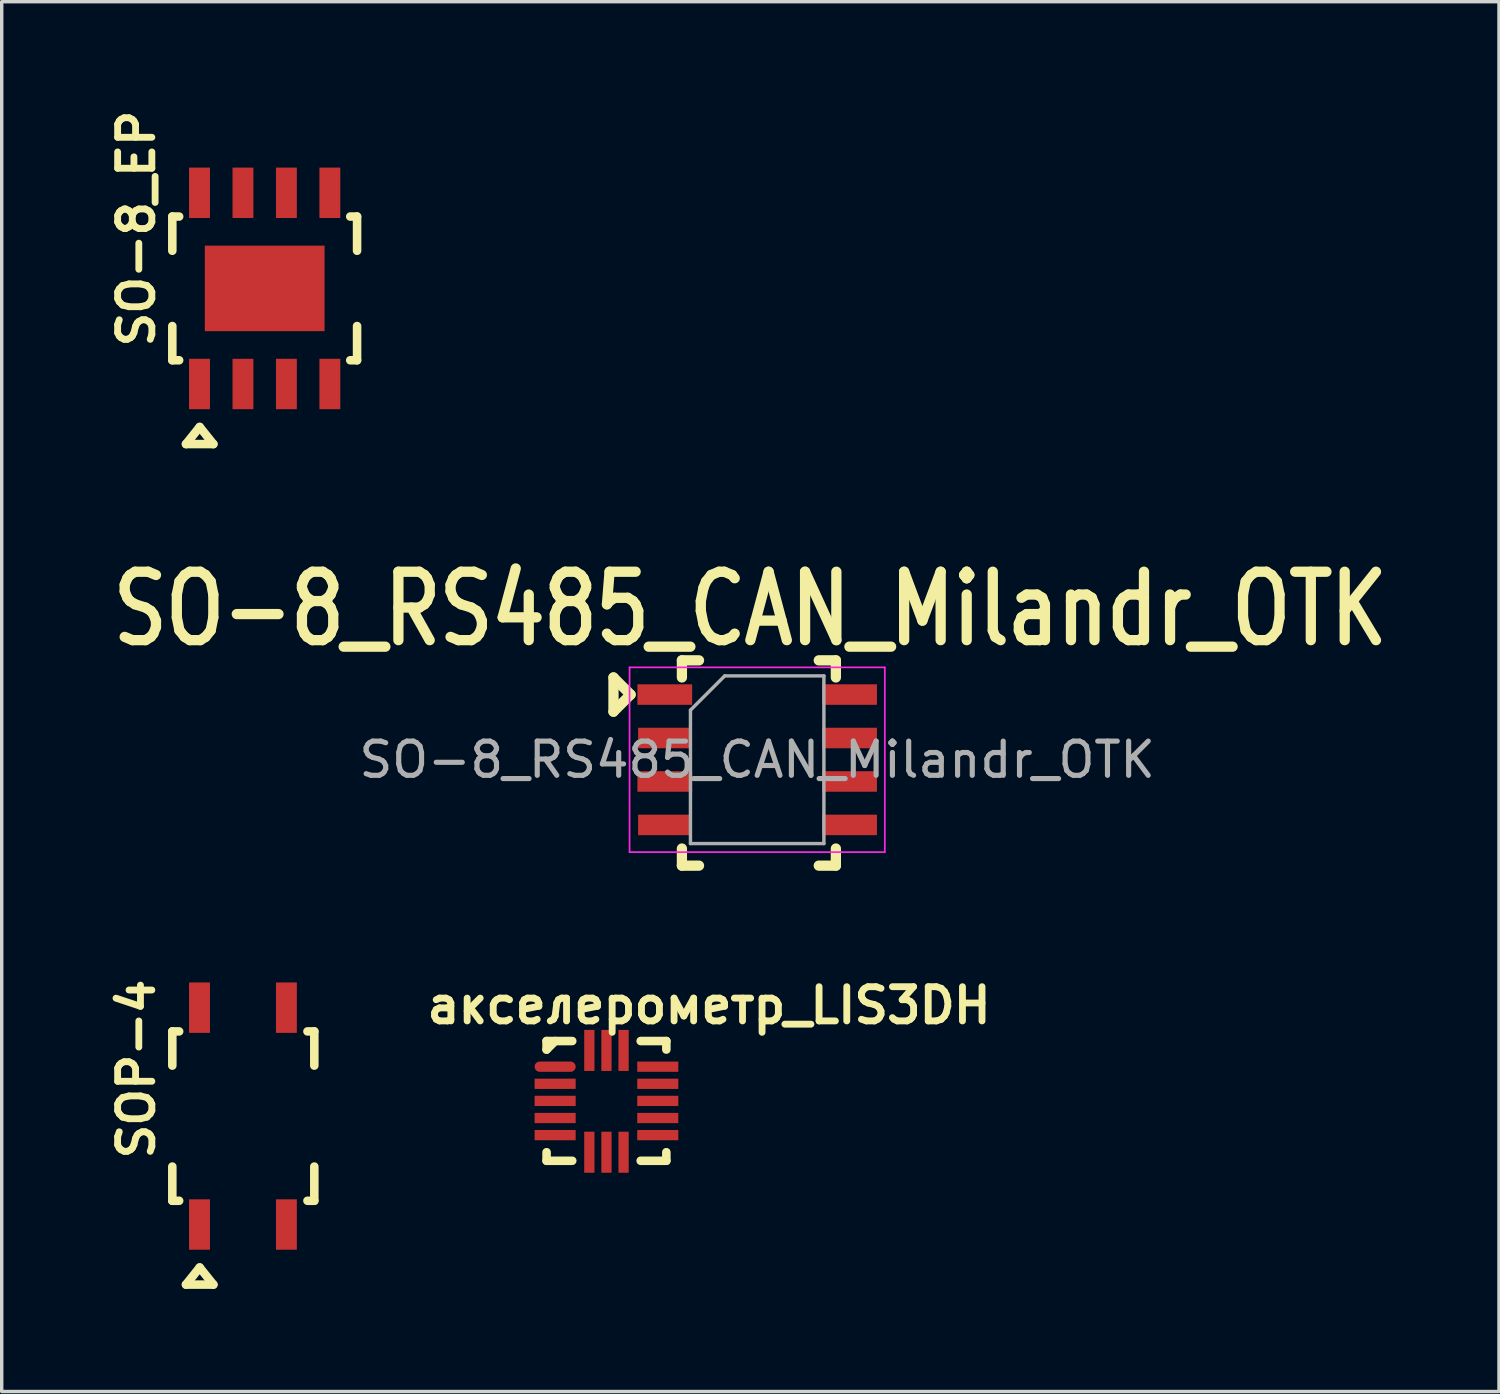
<source format=kicad_pcb>
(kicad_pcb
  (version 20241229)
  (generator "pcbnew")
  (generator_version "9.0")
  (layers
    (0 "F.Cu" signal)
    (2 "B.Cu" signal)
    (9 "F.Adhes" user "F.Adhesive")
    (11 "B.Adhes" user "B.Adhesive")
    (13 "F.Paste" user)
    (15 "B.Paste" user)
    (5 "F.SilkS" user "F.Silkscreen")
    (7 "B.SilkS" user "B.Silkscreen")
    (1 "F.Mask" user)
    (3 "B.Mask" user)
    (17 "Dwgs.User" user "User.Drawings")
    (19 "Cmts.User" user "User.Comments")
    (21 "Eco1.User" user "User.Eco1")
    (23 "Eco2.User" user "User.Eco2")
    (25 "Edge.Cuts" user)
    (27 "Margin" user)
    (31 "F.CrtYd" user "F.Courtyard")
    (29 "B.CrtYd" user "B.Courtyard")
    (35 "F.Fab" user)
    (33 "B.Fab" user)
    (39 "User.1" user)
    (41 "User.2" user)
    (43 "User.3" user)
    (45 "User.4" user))
  (footprint "SO-8_RS485_CAN_Milandr_OTK"
    (layer "F.Cu")
    (at 16.38 17.25)
    (property "Reference" "SO-8_RS485_CAN_Milandr_OTK" (at 2.5 -2.5 0) (layer "F.SilkS") (effects (font (size 2 1.6) (thickness 0.3))))
    (attr smd)
    (fp_line (start -1.5 -0.5) (end -1.5 0.5) (stroke (width 0.3) (type solid)) (layer "F.SilkS"))
    (fp_line (start -1.5 0.5) (end -1 0) (stroke (width 0.3) (type solid)) (layer "F.SilkS"))
    (fp_line (start -1 0) (end -1.5 -0.5) (stroke (width 0.3) (type solid)) (layer "F.SilkS"))
    (fp_line (start 0.5 -1) (end 0.5 -0.5) (stroke (width 0.3) (type solid)) (layer "F.SilkS"))
    (fp_line (start 0.5 4.5) (end 0.5 5) (stroke (width 0.3) (type solid)) (layer "F.SilkS"))
    (fp_line (start 0.5 5) (end 1 5) (stroke (width 0.3) (type solid)) (layer "F.SilkS"))
    (fp_line (start 1 -1) (end 0.5 -1) (stroke (width 0.3) (type solid)) (layer "F.SilkS"))
    (fp_line (start 4.5 5) (end 5 5) (stroke (width 0.3) (type solid)) (layer "F.SilkS"))
    (fp_line (start 5 -1) (end 4.5 -1) (stroke (width 0.3) (type solid)) (layer "F.SilkS"))
    (fp_line (start 5 -0.5) (end 5 -1) (stroke (width 0.3) (type solid)) (layer "F.SilkS"))
    (fp_line (start 5 5) (end 5 4.5) (stroke (width 0.3) (type solid)) (layer "F.SilkS"))
    (fp_line (start -1.03 -0.795) (end -1.03 4.605) (stroke (width 0.05) (type solid)) (layer "F.CrtYd"))
    (fp_line (start -1.03 -0.795) (end 6.43 -0.795) (stroke (width 0.05) (type solid)) (layer "F.CrtYd"))
    (fp_line (start -1.03 4.605) (end 6.43 4.605) (stroke (width 0.05) (type solid)) (layer "F.CrtYd"))
    (fp_line (start 6.43 -0.795) (end 6.43 4.605) (stroke (width 0.05) (type solid)) (layer "F.CrtYd"))
    (fp_line (start 0.75 0.455) (end 1.75 -0.545) (stroke (width 0.1) (type solid)) (layer "F.Fab"))
    (fp_line (start 0.75 4.355) (end 0.75 0.455) (stroke (width 0.1) (type solid)) (layer "F.Fab"))
    (fp_line (start 1.75 -0.545) (end 4.65 -0.545) (stroke (width 0.1) (type solid)) (layer "F.Fab"))
    (fp_line (start 4.65 -0.545) (end 4.65 4.355) (stroke (width 0.1) (type solid)) (layer "F.Fab"))
    (fp_line (start 4.65 4.355) (end 0.75 4.355) (stroke (width 0.1) (type solid)) (layer "F.Fab"))
    (fp_text user "${REFERENCE}" (at 2.7 1.905 0) (layer "F.Fab") (effects (font (size 1 1) (thickness 0.15))))
    (pad "1" smd rect (at 0 0) (size 1.6 0.6) (layers "F.Cu" "F.Mask" "F.Paste"))
    (pad "2" smd rect (at 0 1.27) (size 1.56 0.6) (layers "F.Cu" "F.Mask" "F.Paste"))
    (pad "3" smd rect (at 0 2.54) (size 1.6 0.6) (layers "F.Cu" "F.Mask" "F.Paste"))
    (pad "4" smd rect (at 0 3.81) (size 1.56 0.6) (layers "F.Cu" "F.Mask" "F.Paste"))
    (pad "5" smd rect (at 5.4 3.81) (size 1.6 0.6) (layers "F.Cu" "F.Mask" "F.Paste"))
    (pad "6" smd rect (at 5.4 2.54) (size 1.6 0.6) (layers "F.Cu" "F.Mask" "F.Paste"))
    (pad "7" smd rect (at 5.4 1.27) (size 1.6 0.6) (layers "F.Cu" "F.Mask" "F.Paste"))
    (pad "8" smd rect (at 5.4 0) (size 1.6 0.6) (layers "F.Cu" "F.Mask" "F.Paste")))
  (footprint "SOP-4"
    (layer "F.Cu")
    (at 4.686 29.945)
    (property "Reference" "SOP-4" (at -3.75 -1.75 90) (layer "F.SilkS") (effects (font (size 1 1) (thickness 0.2))))
    (attr through_hole)
    (fp_line (start -2.7 -2.85) (end -2.7 -1.85) (stroke (width 0.25) (type solid)) (layer "F.SilkS"))
    (fp_line (start -2.7 2.1) (end -2.7 1.1) (stroke (width 0.25) (type solid)) (layer "F.SilkS"))
    (fp_line (start -2.5 -2.85) (end -2.7 -2.85) (stroke (width 0.25) (type solid)) (layer "F.SilkS"))
    (fp_line (start -2.5 2.1) (end -2.7 2.1) (stroke (width 0.25) (type solid)) (layer "F.SilkS"))
    (fp_line (start -1.9 4.05) (end -2.3 4.55) (stroke (width 0.25) (type solid)) (layer "F.SilkS"))
    (fp_line (start -1.9 4.05) (end -1.5 4.55) (stroke (width 0.25) (type solid)) (layer "F.SilkS"))
    (fp_line (start -1.5 4.55) (end -2.3 4.55) (stroke (width 0.25) (type solid)) (layer "F.SilkS"))
    (fp_line (start 1.25 -2.85) (end 1.45 -2.85) (stroke (width 0.25) (type solid)) (layer "F.SilkS"))
    (fp_line (start 1.25 2.1) (end 1.45 2.1) (stroke (width 0.25) (type solid)) (layer "F.SilkS"))
    (fp_line (start 1.45 -2.85) (end 1.45 -1.85) (stroke (width 0.25) (type solid)) (layer "F.SilkS"))
    (fp_line (start 1.45 2.1) (end 1.45 1.1) (stroke (width 0.25) (type solid)) (layer "F.SilkS"))
    (pad "1" smd rect (at -1.905 2.794) (size 0.61 1.473) (layers "F.Cu" "F.Mask" "F.Paste"))
    (pad "2" smd rect (at 0.635 2.794) (size 0.61 1.473) (layers "F.Cu" "F.Mask" "F.Paste"))
    (pad "3" smd rect (at 0.635 -3.544) (size 0.61 1.473) (layers "F.Cu" "F.Mask" "F.Paste"))
    (pad "4" smd rect (at -1.905 -3.544) (size 0.61 1.473) (layers "F.Cu" "F.Mask" "F.Paste")))
  (footprint "акселерометр_LIS3DH"
    (layer "F.Cu")
    (at 14.675 29.126)
    (property "Reference" "акселерометр_LIS3DH" (at 3 -2.79 0) (layer "F.SilkS") (effects (font (size 1 1) (thickness 0.2))))
    (attr through_hole)
    (fp_line (start -1.75 -1.75) (end -1 -1.75) (stroke (width 0.25) (type solid)) (layer "F.SilkS"))
    (fp_line (start -1.75 -1.5) (end -1.75 -1.75) (stroke (width 0.25) (type solid)) (layer "F.SilkS"))
    (fp_line (start -1.75 -1.5) (end -1.5 -1.75) (stroke (width 0.25) (type solid)) (layer "F.SilkS"))
    (fp_line (start -1.75 1.5) (end -1.75 1.75) (stroke (width 0.25) (type solid)) (layer "F.SilkS"))
    (fp_line (start -1.75 1.75) (end -1 1.75) (stroke (width 0.25) (type solid)) (layer "F.SilkS"))
    (fp_line (start 1 1.75) (end 1.75 1.75) (stroke (width 0.25) (type solid)) (layer "F.SilkS"))
    (fp_line (start 1.75 -1.75) (end 1 -1.75) (stroke (width 0.25) (type solid)) (layer "F.SilkS"))
    (fp_line (start 1.75 -1.5) (end 1.75 -1.75) (stroke (width 0.25) (type solid)) (layer "F.SilkS"))
    (fp_line (start 1.75 1.75) (end 1.75 1.5) (stroke (width 0.25) (type solid)) (layer "F.SilkS"))
    (pad "1" smd oval (at -1.3 -1) (size 1.2 0.3) (drill (offset -0.2 0)) (layers "F.Cu" "F.Mask" "F.Paste"))
    (pad "2" smd rect (at -1.3 -0.5) (size 1.2 0.3) (drill (offset -0.2 0)) (layers "F.Cu" "F.Mask" "F.Paste"))
    (pad "3" smd rect (at -1.3 0) (size 1.2 0.3) (drill (offset -0.2 0)) (layers "F.Cu" "F.Mask" "F.Paste"))
    (pad "4" smd rect (at -1.3 0.5) (size 1.2 0.3) (drill (offset -0.2 0)) (layers "F.Cu" "F.Mask" "F.Paste"))
    (pad "5" smd rect (at -1.3 1) (size 1.2 0.3) (drill (offset -0.2 0)) (layers "F.Cu" "F.Mask" "F.Paste"))
    (pad "6" smd rect (at -0.5 1.3) (size 0.3 1.2) (drill (offset 0 0.2)) (layers "F.Cu" "F.Mask" "F.Paste"))
    (pad "7" smd rect (at 0 1.3) (size 0.3 1.2) (drill (offset 0 0.2)) (layers "F.Cu" "F.Mask" "F.Paste"))
    (pad "8" smd rect (at 0.5 1.3) (size 0.3 1.2) (drill (offset 0 0.2)) (layers "F.Cu" "F.Mask" "F.Paste"))
    (pad "9" smd rect (at 1.3 1) (size 1.2 0.3) (drill (offset 0.2 0)) (layers "F.Cu" "F.Mask" "F.Paste"))
    (pad "10" smd rect (at 1.3 0.5) (size 1.2 0.3) (drill (offset 0.2 0)) (layers "F.Cu" "F.Mask" "F.Paste"))
    (pad "11" smd rect (at 1.3 0) (size 1.2 0.3) (drill (offset 0.2 0)) (layers "F.Cu" "F.Mask" "F.Paste"))
    (pad "12" smd rect (at 1.3 -0.5) (size 1.2 0.3) (drill (offset 0.2 0)) (layers "F.Cu" "F.Mask" "F.Paste"))
    (pad "13" smd rect (at 1.3 -1) (size 1.2 0.3) (drill (offset 0.2 0)) (layers "F.Cu" "F.Mask" "F.Paste"))
    (pad "14" smd rect (at 0.5 -1.275) (size 0.3 1.2) (drill (offset 0 -0.2)) (layers "F.Cu" "F.Mask" "F.Paste"))
    (pad "15" smd rect (at 0 -1.275) (size 0.3 1.2) (drill (offset 0 -0.2)) (layers "F.Cu" "F.Mask" "F.Paste"))
    (pad "16" smd rect (at -0.5 -1.275) (size 0.3 1.2) (drill (offset 0 -0.2)) (layers "F.Cu" "F.Mask" "F.Paste")))
  (footprint "SO-8_EP"
    (layer "F.Cu")
    (at 4.686 5.379)
    (property "Reference" "SO-8_EP" (at -3.75 -1.75 90) (layer "F.SilkS") (effects (font (size 1 1) (thickness 0.2))))
    (attr through_hole)
    (fp_line (start -2.7 -2.1) (end -2.7 -1.1) (stroke (width 0.25) (type solid)) (layer "F.SilkS"))
    (fp_line (start -2.7 2.1) (end -2.7 1.1) (stroke (width 0.25) (type solid)) (layer "F.SilkS"))
    (fp_line (start -2.5 -2.1) (end -2.7 -2.1) (stroke (width 0.25) (type solid)) (layer "F.SilkS"))
    (fp_line (start -2.5 2.1) (end -2.7 2.1) (stroke (width 0.25) (type solid)) (layer "F.SilkS"))
    (fp_line (start -1.9 4.05) (end -2.3 4.55) (stroke (width 0.25) (type solid)) (layer "F.SilkS"))
    (fp_line (start -1.9 4.05) (end -1.5 4.55) (stroke (width 0.25) (type solid)) (layer "F.SilkS"))
    (fp_line (start -1.5 4.55) (end -2.3 4.55) (stroke (width 0.25) (type solid)) (layer "F.SilkS"))
    (fp_line (start 2.5 -2.1) (end 2.7 -2.1) (stroke (width 0.25) (type solid)) (layer "F.SilkS"))
    (fp_line (start 2.5 2.1) (end 2.7 2.1) (stroke (width 0.25) (type solid)) (layer "F.SilkS"))
    (fp_line (start 2.7 -2.1) (end 2.7 -1.1) (stroke (width 0.25) (type solid)) (layer "F.SilkS"))
    (fp_line (start 2.7 2.1) (end 2.7 1.1) (stroke (width 0.25) (type solid)) (layer "F.SilkS"))
    (pad "1" smd rect (at -1.905 2.794) (size 0.61 1.473) (layers "F.Cu" "F.Mask" "F.Paste"))
    (pad "2" smd rect (at -0.635 2.794) (size 0.61 1.473) (layers "F.Cu" "F.Mask" "F.Paste"))
    (pad "3" smd rect (at 0.635 2.794) (size 0.61 1.473) (layers "F.Cu" "F.Mask" "F.Paste"))
    (pad "4" smd rect (at 1.905 2.794) (size 0.61 1.473) (layers "F.Cu" "F.Mask" "F.Paste"))
    (pad "5" smd rect (at 1.905 -2.794) (size 0.61 1.473) (layers "F.Cu" "F.Mask" "F.Paste"))
    (pad "6" smd rect (at 0.635 -2.794) (size 0.61 1.473) (layers "F.Cu" "F.Mask" "F.Paste"))
    (pad "7" smd rect (at -0.635 -2.794) (size 0.61 1.473) (layers "F.Cu" "F.Mask" "F.Paste"))
    (pad "8" smd rect (at -1.905 -2.794) (size 0.61 1.473) (layers "F.Cu" "F.Mask" "F.Paste"))
    (pad "9" smd rect (at 0 0) (size 3.5 2.5) (layers "F.Cu" "F.Mask" "F.Paste")))
  (gr_rect
    (start -3 -3)
    (end 40.761 37.62)
    (stroke (width 0.1) (type default))
    (fill no)
    (layer "Edge.Cuts")))
</source>
